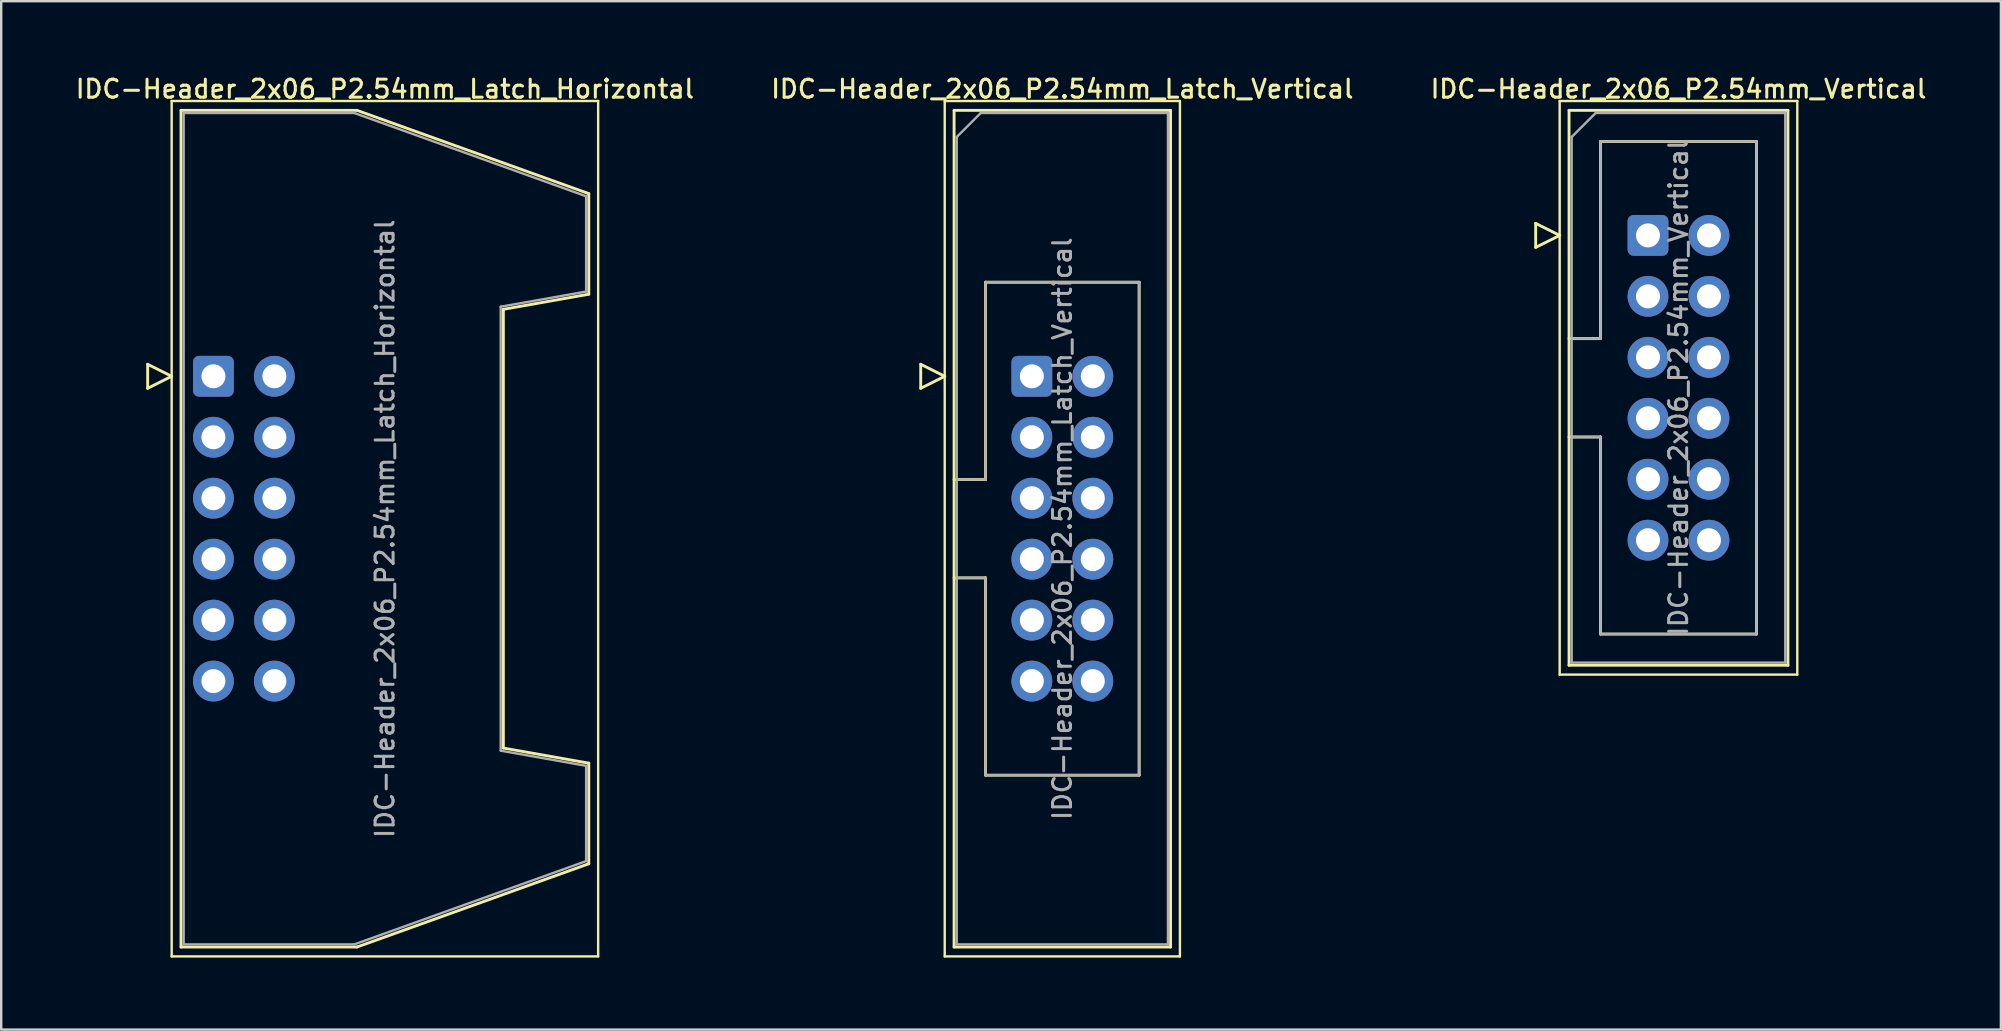
<source format=kicad_pcb>
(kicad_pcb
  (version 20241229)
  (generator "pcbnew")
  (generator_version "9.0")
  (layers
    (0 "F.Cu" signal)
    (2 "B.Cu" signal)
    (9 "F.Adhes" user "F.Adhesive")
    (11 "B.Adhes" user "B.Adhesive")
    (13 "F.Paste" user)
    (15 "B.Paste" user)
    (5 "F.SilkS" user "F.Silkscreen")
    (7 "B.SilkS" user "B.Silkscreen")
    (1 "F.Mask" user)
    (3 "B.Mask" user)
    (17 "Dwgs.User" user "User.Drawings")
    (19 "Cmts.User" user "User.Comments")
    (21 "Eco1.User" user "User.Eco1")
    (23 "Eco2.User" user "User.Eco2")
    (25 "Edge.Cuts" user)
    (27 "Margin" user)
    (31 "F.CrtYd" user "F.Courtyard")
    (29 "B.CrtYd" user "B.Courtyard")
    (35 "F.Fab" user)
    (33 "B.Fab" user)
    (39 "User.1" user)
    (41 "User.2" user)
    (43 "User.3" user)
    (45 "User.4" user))
  (footprint "IDC-Header_2x06_P2.54mm_Latch_Horizontal"
    (layer "F.Cu")
    (at 5.842 12.628)
    (property "Reference" "IDC-Header_2x06_P2.54mm_Latch_Horizontal" (at 7.145 -11.97 0) (layer "F.SilkS") (effects (font (size 0.75 0.75) (thickness 0.125))))
    (attr through_hole)
    (fp_line (start -2.74 -0.5) (end -2.74 0.5) (stroke (width 0.12) (type solid)) (layer "F.SilkS"))
    (fp_line (start -2.74 0.5) (end -1.74 0) (stroke (width 0.12) (type solid)) (layer "F.SilkS"))
    (fp_line (start -1.74 -11.47) (end -1.74 24.17) (stroke (width 0.1) (type solid)) (layer "F.SilkS"))
    (fp_line (start -1.74 0) (end -2.74 -0.5) (stroke (width 0.12) (type solid)) (layer "F.SilkS"))
    (fp_line (start -1.74 24.17) (end 16.03 24.17) (stroke (width 0.1) (type solid)) (layer "F.SilkS"))
    (fp_line (start -1.35 -11.08) (end 5.98 -11.08) (stroke (width 0.12) (type solid)) (layer "F.SilkS"))
    (fp_line (start -1.35 23.78) (end -1.35 -11.08) (stroke (width 0.12) (type solid)) (layer "F.SilkS"))
    (fp_line (start 5.98 -11.08) (end 15.64 -7.61) (stroke (width 0.12) (type solid)) (layer "F.SilkS"))
    (fp_line (start 5.98 23.78) (end -1.35 23.78) (stroke (width 0.12) (type solid)) (layer "F.SilkS"))
    (fp_line (start 12.08 -2.79) (end 12.08 15.49) (stroke (width 0.12) (type solid)) (layer "F.SilkS"))
    (fp_line (start 12.08 15.49) (end 15.64 16.12) (stroke (width 0.12) (type solid)) (layer "F.SilkS"))
    (fp_line (start 15.64 -7.61) (end 15.64 -3.42) (stroke (width 0.12) (type solid)) (layer "F.SilkS"))
    (fp_line (start 15.64 -3.42) (end 12.08 -2.79) (stroke (width 0.12) (type solid)) (layer "F.SilkS"))
    (fp_line (start 15.64 16.12) (end 15.64 20.31) (stroke (width 0.12) (type solid)) (layer "F.SilkS"))
    (fp_line (start 15.64 20.31) (end 5.98 23.78) (stroke (width 0.12) (type solid)) (layer "F.SilkS"))
    (fp_line (start 16.03 -11.47) (end -1.74 -11.47) (stroke (width 0.1) (type solid)) (layer "F.SilkS"))
    (fp_line (start 16.03 24.17) (end 16.03 -11.47) (stroke (width 0.1) (type solid)) (layer "F.SilkS"))
    (fp_line (start -1.24 -10.97) (end 5.87 -10.97) (stroke (width 0.1) (type solid)) (layer "F.Fab"))
    (fp_line (start -1.24 23.67) (end -1.24 -10.97) (stroke (width 0.1) (type solid)) (layer "F.Fab"))
    (fp_line (start 5.87 -10.97) (end 15.53 -7.5) (stroke (width 0.1) (type solid)) (layer "F.Fab"))
    (fp_line (start 5.87 23.67) (end -1.24 23.67) (stroke (width 0.1) (type solid)) (layer "F.Fab"))
    (fp_line (start 11.97 -2.9) (end 11.97 15.6) (stroke (width 0.1) (type solid)) (layer "F.Fab"))
    (fp_line (start 11.97 15.6) (end 15.53 16.23) (stroke (width 0.1) (type solid)) (layer "F.Fab"))
    (fp_line (start 15.53 -7.5) (end 15.53 -3.53) (stroke (width 0.1) (type solid)) (layer "F.Fab"))
    (fp_line (start 15.53 -3.53) (end 11.97 -2.9) (stroke (width 0.1) (type solid)) (layer "F.Fab"))
    (fp_line (start 15.53 16.23) (end 15.53 20.2) (stroke (width 0.1) (type solid)) (layer "F.Fab"))
    (fp_line (start 15.53 20.2) (end 5.87 23.67) (stroke (width 0.1) (type solid)) (layer "F.Fab"))
    (fp_text user "${REFERENCE}" (at 7.145 6.35 90) (layer "F.Fab") (effects (font (size 0.75 0.75) (thickness 0.125))))
    (pad "1" thru_hole roundrect (at 0 0) (size 1.7 1.7) (drill 1) (layers "*.Cu" "*.Mask") (roundrect_rratio 0.147))
    (pad "2" thru_hole circle (at 2.54 0) (size 1.7 1.7) (drill 1) (layers "*.Cu" "*.Mask"))
    (pad "3" thru_hole circle (at 0 2.54) (size 1.7 1.7) (drill 1) (layers "*.Cu" "*.Mask"))
    (pad "4" thru_hole circle (at 2.54 2.54) (size 1.7 1.7) (drill 1) (layers "*.Cu" "*.Mask"))
    (pad "5" thru_hole circle (at 0 5.08) (size 1.7 1.7) (drill 1) (layers "*.Cu" "*.Mask"))
    (pad "6" thru_hole circle (at 2.54 5.08) (size 1.7 1.7) (drill 1) (layers "*.Cu" "*.Mask"))
    (pad "7" thru_hole circle (at 0 7.62) (size 1.7 1.7) (drill 1) (layers "*.Cu" "*.Mask"))
    (pad "8" thru_hole circle (at 2.54 7.62) (size 1.7 1.7) (drill 1) (layers "*.Cu" "*.Mask"))
    (pad "9" thru_hole circle (at 0 10.16) (size 1.7 1.7) (drill 1) (layers "*.Cu" "*.Mask"))
    (pad "10" thru_hole circle (at 2.54 10.16) (size 1.7 1.7) (drill 1) (layers "*.Cu" "*.Mask"))
    (pad "11" thru_hole circle (at 0 12.7) (size 1.7 1.7) (drill 1) (layers "*.Cu" "*.Mask"))
    (pad "12" thru_hole circle (at 2.54 12.7) (size 1.7 1.7) (drill 1) (layers "*.Cu" "*.Mask")))
  (footprint "IDC-Header_2x06_P2.54mm_Latch_Vertical"
    (layer "F.Cu")
    (at 39.942 12.628)
    (property "Reference" "IDC-Header_2x06_P2.54mm_Latch_Vertical" (at 1.27 -11.97 0) (layer "F.SilkS") (effects (font (size 0.75 0.75) (thickness 0.125))))
    (attr through_hole)
    (fp_line (start -4.63 -0.5) (end -4.63 0.5) (stroke (width 0.12) (type solid)) (layer "F.SilkS"))
    (fp_line (start -4.63 0.5) (end -3.63 0) (stroke (width 0.12) (type solid)) (layer "F.SilkS"))
    (fp_line (start -3.63 -11.47) (end -3.63 24.17) (stroke (width 0.1) (type solid)) (layer "F.SilkS"))
    (fp_line (start -3.63 0) (end -4.63 -0.5) (stroke (width 0.12) (type solid)) (layer "F.SilkS"))
    (fp_line (start -3.63 24.17) (end 6.17 24.17) (stroke (width 0.1) (type solid)) (layer "F.SilkS"))
    (fp_line (start -3.24 -11.08) (end 5.78 -11.08) (stroke (width 0.12) (type solid)) (layer "F.SilkS"))
    (fp_line (start -3.24 4.3) (end -1.93 4.3) (stroke (width 0.12) (type solid)) (layer "F.SilkS"))
    (fp_line (start -3.24 23.78) (end -3.24 -11.08) (stroke (width 0.12) (type solid)) (layer "F.SilkS"))
    (fp_line (start -1.93 -3.92) (end 4.47 -3.92) (stroke (width 0.12) (type solid)) (layer "F.SilkS"))
    (fp_line (start -1.93 4.3) (end -1.93 -3.92) (stroke (width 0.12) (type solid)) (layer "F.SilkS"))
    (fp_line (start -1.93 8.4) (end -3.24 8.4) (stroke (width 0.12) (type solid)) (layer "F.SilkS"))
    (fp_line (start -1.93 8.4) (end -1.93 8.4) (stroke (width 0.12) (type solid)) (layer "F.SilkS"))
    (fp_line (start -1.93 16.62) (end -1.93 8.4) (stroke (width 0.12) (type solid)) (layer "F.SilkS"))
    (fp_line (start 4.47 -3.92) (end 4.47 16.62) (stroke (width 0.12) (type solid)) (layer "F.SilkS"))
    (fp_line (start 4.47 16.62) (end -1.93 16.62) (stroke (width 0.12) (type solid)) (layer "F.SilkS"))
    (fp_line (start 5.78 -11.08) (end 5.78 23.78) (stroke (width 0.12) (type solid)) (layer "F.SilkS"))
    (fp_line (start 5.78 23.78) (end -3.24 23.78) (stroke (width 0.12) (type solid)) (layer "F.SilkS"))
    (fp_line (start 6.17 -11.47) (end -3.63 -11.47) (stroke (width 0.1) (type solid)) (layer "F.SilkS"))
    (fp_line (start 6.17 24.17) (end 6.17 -11.47) (stroke (width 0.1) (type solid)) (layer "F.SilkS"))
    (fp_line (start -3.13 -9.97) (end -2.13 -10.97) (stroke (width 0.1) (type solid)) (layer "F.Fab"))
    (fp_line (start -3.13 4.3) (end -1.93 4.3) (stroke (width 0.1) (type solid)) (layer "F.Fab"))
    (fp_line (start -3.13 23.67) (end -3.13 -9.97) (stroke (width 0.1) (type solid)) (layer "F.Fab"))
    (fp_line (start -2.13 -10.97) (end 5.67 -10.97) (stroke (width 0.1) (type solid)) (layer "F.Fab"))
    (fp_line (start -1.93 -3.92) (end 4.47 -3.92) (stroke (width 0.1) (type solid)) (layer "F.Fab"))
    (fp_line (start -1.93 4.3) (end -1.93 -3.92) (stroke (width 0.1) (type solid)) (layer "F.Fab"))
    (fp_line (start -1.93 8.4) (end -3.13 8.4) (stroke (width 0.1) (type solid)) (layer "F.Fab"))
    (fp_line (start -1.93 8.4) (end -1.93 8.4) (stroke (width 0.1) (type solid)) (layer "F.Fab"))
    (fp_line (start -1.93 16.62) (end -1.93 8.4) (stroke (width 0.1) (type solid)) (layer "F.Fab"))
    (fp_line (start 4.47 -3.92) (end 4.47 16.62) (stroke (width 0.1) (type solid)) (layer "F.Fab"))
    (fp_line (start 4.47 16.62) (end -1.93 16.62) (stroke (width 0.1) (type solid)) (layer "F.Fab"))
    (fp_line (start 5.67 -10.97) (end 5.67 23.67) (stroke (width 0.1) (type solid)) (layer "F.Fab"))
    (fp_line (start 5.67 23.67) (end -3.13 23.67) (stroke (width 0.1) (type solid)) (layer "F.Fab"))
    (fp_text user "${REFERENCE}" (at 1.27 6.35 90) (layer "F.Fab") (effects (font (size 0.75 0.75) (thickness 0.125))))
    (pad "1" thru_hole roundrect (at 0 0) (size 1.7 1.7) (drill 1) (layers "*.Cu" "*.Mask") (roundrect_rratio 0.147))
    (pad "2" thru_hole circle (at 2.54 0) (size 1.7 1.7) (drill 1) (layers "*.Cu" "*.Mask"))
    (pad "3" thru_hole circle (at 0 2.54) (size 1.7 1.7) (drill 1) (layers "*.Cu" "*.Mask"))
    (pad "4" thru_hole circle (at 2.54 2.54) (size 1.7 1.7) (drill 1) (layers "*.Cu" "*.Mask"))
    (pad "5" thru_hole circle (at 0 5.08) (size 1.7 1.7) (drill 1) (layers "*.Cu" "*.Mask"))
    (pad "6" thru_hole circle (at 2.54 5.08) (size 1.7 1.7) (drill 1) (layers "*.Cu" "*.Mask"))
    (pad "7" thru_hole circle (at 0 7.62) (size 1.7 1.7) (drill 1) (layers "*.Cu" "*.Mask"))
    (pad "8" thru_hole circle (at 2.54 7.62) (size 1.7 1.7) (drill 1) (layers "*.Cu" "*.Mask"))
    (pad "9" thru_hole circle (at 0 10.16) (size 1.7 1.7) (drill 1) (layers "*.Cu" "*.Mask"))
    (pad "10" thru_hole circle (at 2.54 10.16) (size 1.7 1.7) (drill 1) (layers "*.Cu" "*.Mask"))
    (pad "11" thru_hole circle (at 0 12.7) (size 1.7 1.7) (drill 1) (layers "*.Cu" "*.Mask"))
    (pad "12" thru_hole circle (at 2.54 12.7) (size 1.7 1.7) (drill 1) (layers "*.Cu" "*.Mask")))
  (footprint "IDC-Header_2x06_P2.54mm_Vertical"
    (layer "F.Cu")
    (at 65.614 6.758)
    (property "Reference" "IDC-Header_2x06_P2.54mm_Vertical" (at 1.27 -6.1 0) (layer "F.SilkS") (effects (font (size 0.75 0.75) (thickness 0.125))))
    (attr through_hole)
    (fp_line (start -4.68 -0.5) (end -4.68 0.5) (stroke (width 0.12) (type solid)) (layer "F.SilkS"))
    (fp_line (start -4.68 0.5) (end -3.68 0) (stroke (width 0.12) (type solid)) (layer "F.SilkS"))
    (fp_line (start -3.68 -5.6) (end -3.68 18.3) (stroke (width 0.1) (type solid)) (layer "F.SilkS"))
    (fp_line (start -3.68 0) (end -4.68 -0.5) (stroke (width 0.12) (type solid)) (layer "F.SilkS"))
    (fp_line (start -3.68 18.3) (end 6.22 18.3) (stroke (width 0.1) (type solid)) (layer "F.SilkS"))
    (fp_line (start -3.29 -5.21) (end 5.83 -5.21) (stroke (width 0.12) (type solid)) (layer "F.SilkS"))
    (fp_line (start -3.29 4.3) (end -1.98 4.3) (stroke (width 0.12) (type solid)) (layer "F.SilkS"))
    (fp_line (start -3.29 17.91) (end -3.29 -5.21) (stroke (width 0.12) (type solid)) (layer "F.SilkS"))
    (fp_line (start -1.98 -3.91) (end 4.52 -3.91) (stroke (width 0.12) (type solid)) (layer "F.SilkS"))
    (fp_line (start -1.98 4.3) (end -1.98 -3.91) (stroke (width 0.12) (type solid)) (layer "F.SilkS"))
    (fp_line (start -1.98 8.4) (end -3.29 8.4) (stroke (width 0.12) (type solid)) (layer "F.SilkS"))
    (fp_line (start -1.98 8.4) (end -1.98 8.4) (stroke (width 0.12) (type solid)) (layer "F.SilkS"))
    (fp_line (start -1.98 16.61) (end -1.98 8.4) (stroke (width 0.12) (type solid)) (layer "F.SilkS"))
    (fp_line (start 4.52 -3.91) (end 4.52 16.61) (stroke (width 0.12) (type solid)) (layer "F.SilkS"))
    (fp_line (start 4.52 16.61) (end -1.98 16.61) (stroke (width 0.12) (type solid)) (layer "F.SilkS"))
    (fp_line (start 5.83 -5.21) (end 5.83 17.91) (stroke (width 0.12) (type solid)) (layer "F.SilkS"))
    (fp_line (start 5.83 17.91) (end -3.29 17.91) (stroke (width 0.12) (type solid)) (layer "F.SilkS"))
    (fp_line (start 6.22 -5.6) (end -3.68 -5.6) (stroke (width 0.1) (type solid)) (layer "F.SilkS"))
    (fp_line (start 6.22 18.3) (end 6.22 -5.6) (stroke (width 0.1) (type solid)) (layer "F.SilkS"))
    (fp_line (start -3.18 -4.1) (end -2.18 -5.1) (stroke (width 0.1) (type solid)) (layer "F.Fab"))
    (fp_line (start -3.18 4.3) (end -1.98 4.3) (stroke (width 0.1) (type solid)) (layer "F.Fab"))
    (fp_line (start -3.18 17.8) (end -3.18 -4.1) (stroke (width 0.1) (type solid)) (layer "F.Fab"))
    (fp_line (start -2.18 -5.1) (end 5.72 -5.1) (stroke (width 0.1) (type solid)) (layer "F.Fab"))
    (fp_line (start -1.98 -3.91) (end 4.52 -3.91) (stroke (width 0.1) (type solid)) (layer "F.Fab"))
    (fp_line (start -1.98 4.3) (end -1.98 -3.91) (stroke (width 0.1) (type solid)) (layer "F.Fab"))
    (fp_line (start -1.98 8.4) (end -3.18 8.4) (stroke (width 0.1) (type solid)) (layer "F.Fab"))
    (fp_line (start -1.98 8.4) (end -1.98 8.4) (stroke (width 0.1) (type solid)) (layer "F.Fab"))
    (fp_line (start -1.98 16.61) (end -1.98 8.4) (stroke (width 0.1) (type solid)) (layer "F.Fab"))
    (fp_line (start 4.52 -3.91) (end 4.52 16.61) (stroke (width 0.1) (type solid)) (layer "F.Fab"))
    (fp_line (start 4.52 16.61) (end -1.98 16.61) (stroke (width 0.1) (type solid)) (layer "F.Fab"))
    (fp_line (start 5.72 -5.1) (end 5.72 17.8) (stroke (width 0.1) (type solid)) (layer "F.Fab"))
    (fp_line (start 5.72 17.8) (end -3.18 17.8) (stroke (width 0.1) (type solid)) (layer "F.Fab"))
    (fp_text user "${REFERENCE}" (at 1.27 6.35 90) (layer "F.Fab") (effects (font (size 0.75 0.75) (thickness 0.125))))
    (pad "1" thru_hole roundrect (at 0 0) (size 1.7 1.7) (drill 1) (layers "*.Cu" "*.Mask") (roundrect_rratio 0.147))
    (pad "2" thru_hole circle (at 2.54 0) (size 1.7 1.7) (drill 1) (layers "*.Cu" "*.Mask"))
    (pad "3" thru_hole circle (at 0 2.54) (size 1.7 1.7) (drill 1) (layers "*.Cu" "*.Mask"))
    (pad "4" thru_hole circle (at 2.54 2.54) (size 1.7 1.7) (drill 1) (layers "*.Cu" "*.Mask"))
    (pad "5" thru_hole circle (at 0 5.08) (size 1.7 1.7) (drill 1) (layers "*.Cu" "*.Mask"))
    (pad "6" thru_hole circle (at 2.54 5.08) (size 1.7 1.7) (drill 1) (layers "*.Cu" "*.Mask"))
    (pad "7" thru_hole circle (at 0 7.62) (size 1.7 1.7) (drill 1) (layers "*.Cu" "*.Mask"))
    (pad "8" thru_hole circle (at 2.54 7.62) (size 1.7 1.7) (drill 1) (layers "*.Cu" "*.Mask"))
    (pad "9" thru_hole circle (at 0 10.16) (size 1.7 1.7) (drill 1) (layers "*.Cu" "*.Mask"))
    (pad "10" thru_hole circle (at 2.54 10.16) (size 1.7 1.7) (drill 1) (layers "*.Cu" "*.Mask"))
    (pad "11" thru_hole circle (at 0 12.7) (size 1.7 1.7) (drill 1) (layers "*.Cu" "*.Mask"))
    (pad "12" thru_hole circle (at 2.54 12.7) (size 1.7 1.7) (drill 1) (layers "*.Cu" "*.Mask")))
  (gr_rect
    (start -3 -3)
    (end 80.318 39.848)
    (stroke (width 0.1) (type default))
    (fill no)
    (layer "Edge.Cuts")))
</source>
